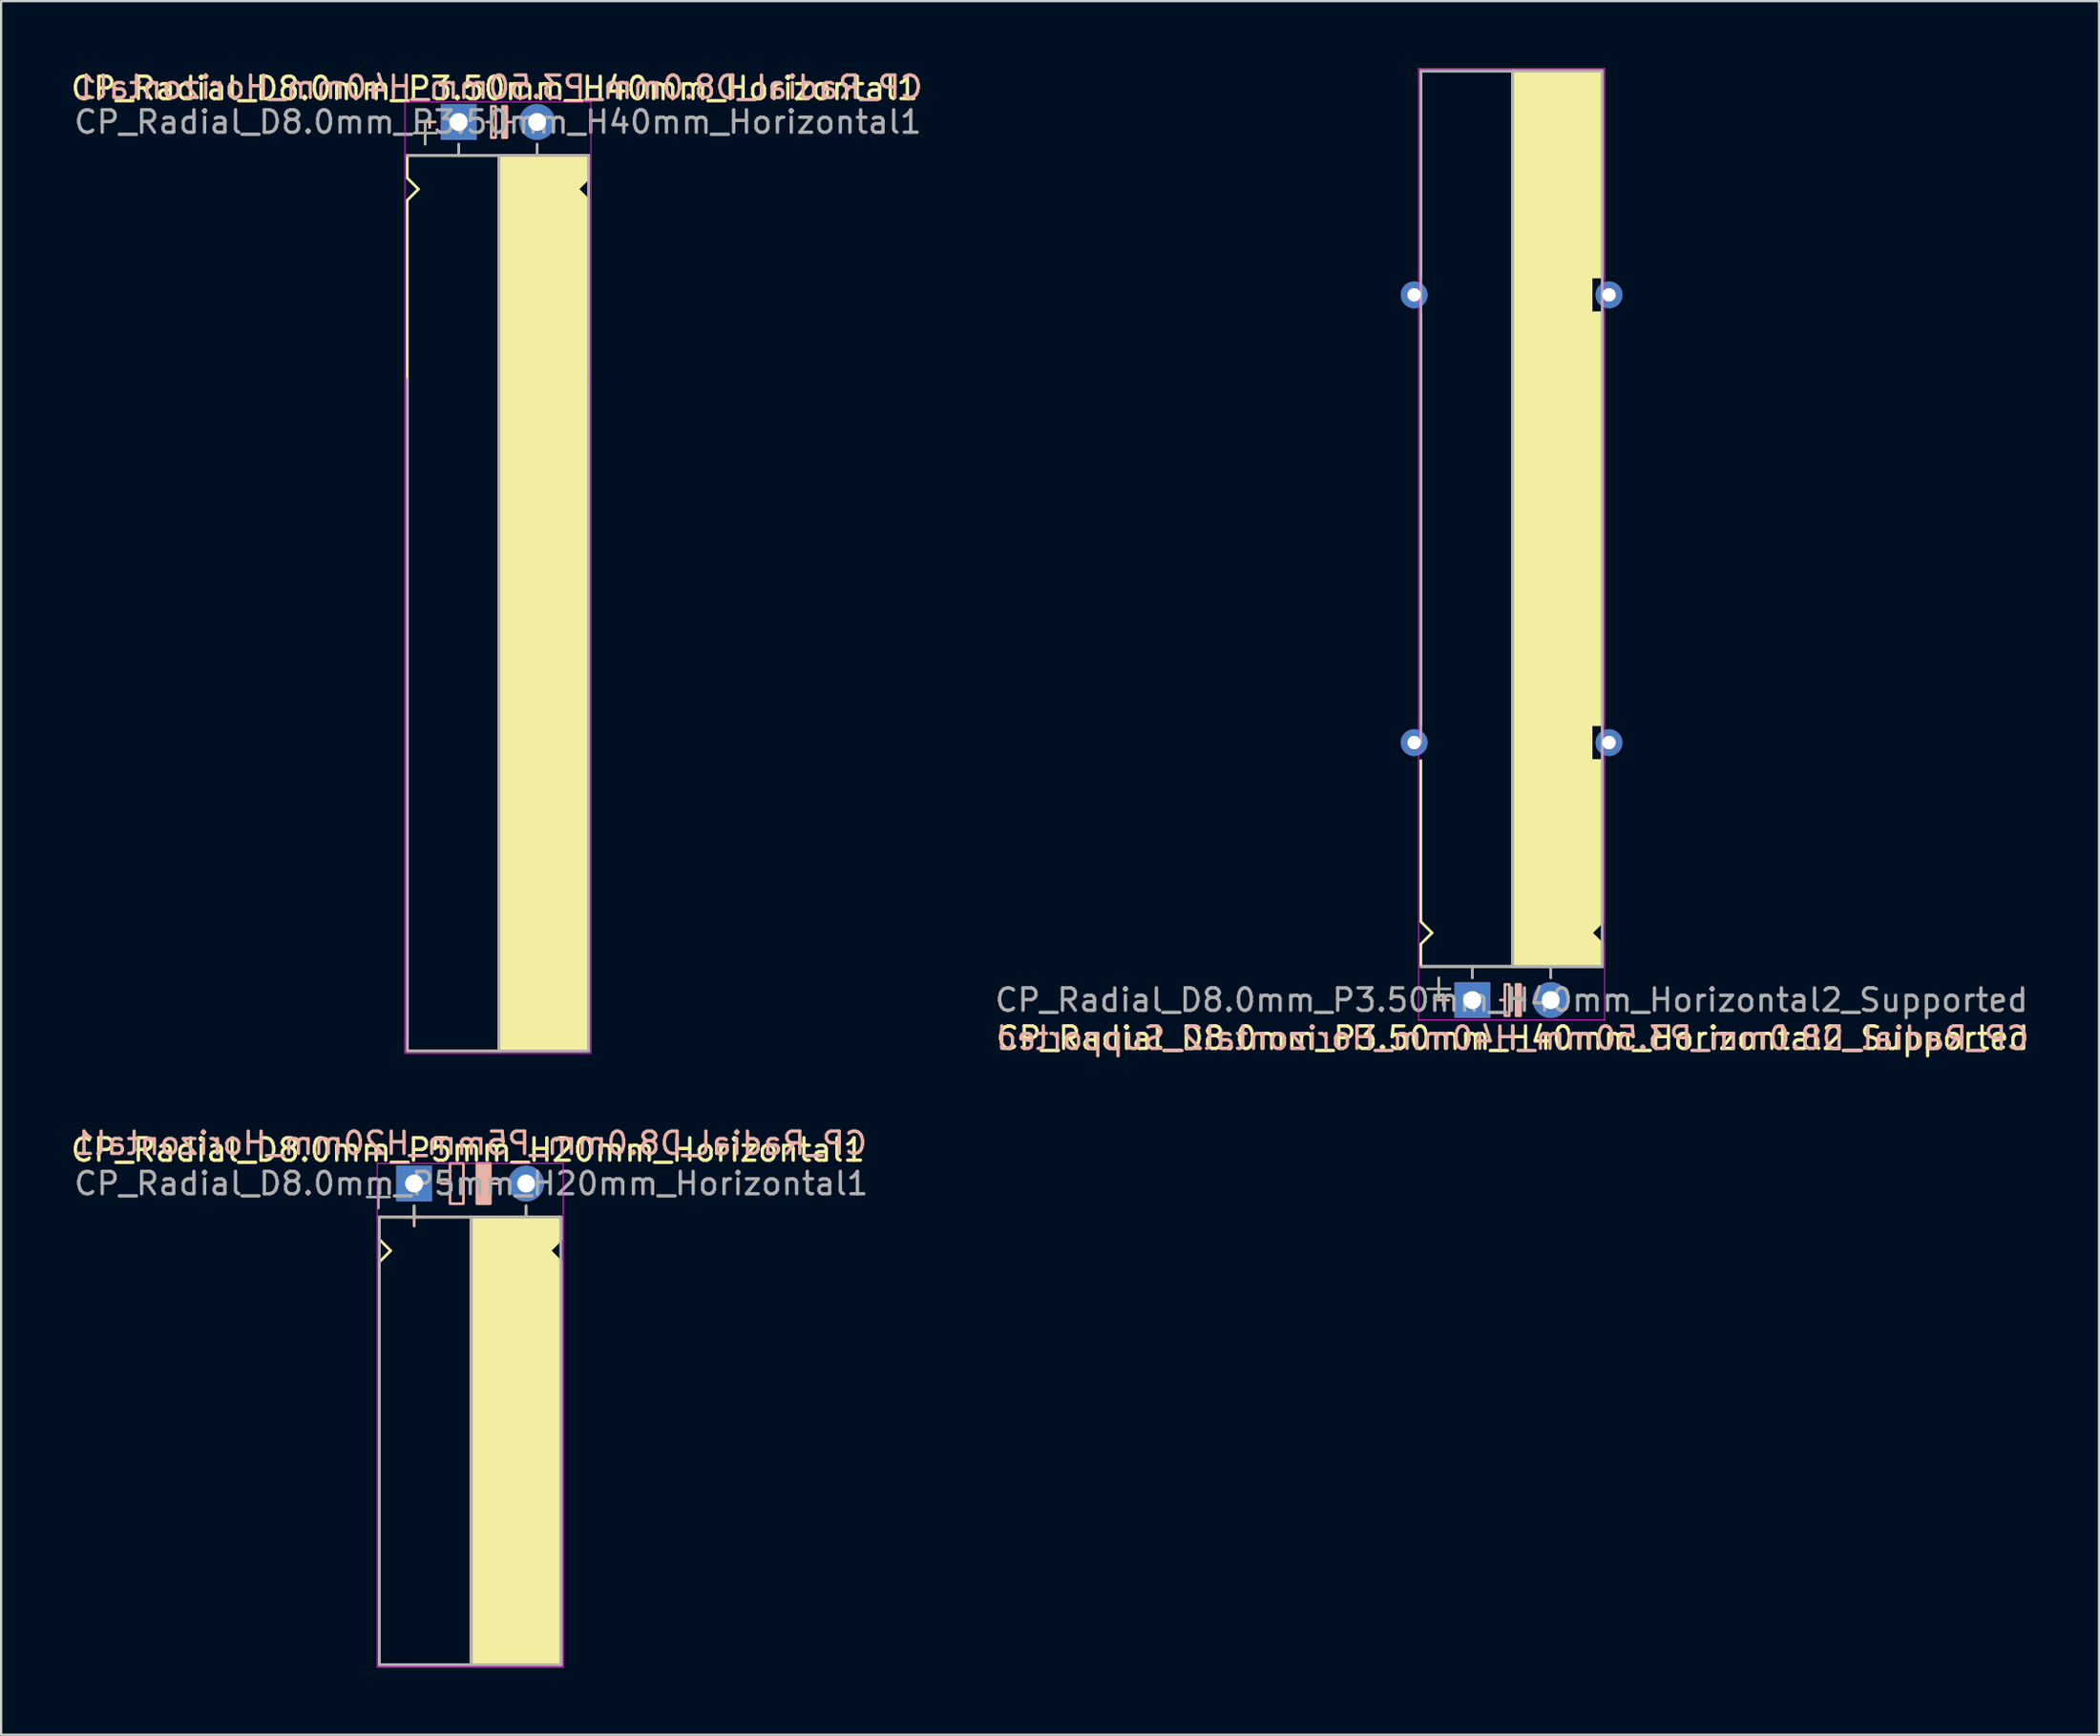
<source format=kicad_pcb>
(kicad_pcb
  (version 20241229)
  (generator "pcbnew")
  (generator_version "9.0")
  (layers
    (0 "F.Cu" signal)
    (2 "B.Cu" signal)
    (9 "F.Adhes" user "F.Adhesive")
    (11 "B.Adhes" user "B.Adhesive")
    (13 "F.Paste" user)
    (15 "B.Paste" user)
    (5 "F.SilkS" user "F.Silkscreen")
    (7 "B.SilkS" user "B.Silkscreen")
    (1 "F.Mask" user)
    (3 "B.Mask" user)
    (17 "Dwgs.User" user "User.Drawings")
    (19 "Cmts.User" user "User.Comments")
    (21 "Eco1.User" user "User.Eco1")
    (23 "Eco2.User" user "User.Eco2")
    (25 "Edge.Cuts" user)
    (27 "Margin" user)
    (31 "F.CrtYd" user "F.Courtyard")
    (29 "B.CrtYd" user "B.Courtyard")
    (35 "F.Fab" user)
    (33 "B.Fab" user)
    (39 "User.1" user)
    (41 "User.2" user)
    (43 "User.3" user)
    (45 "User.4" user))
  (footprint "CP_Radial_D8.0mm_P5mm_H20mm_Horizontal1"
    (layer "F.Cu")
    (at 16.239 49.816)
    (property "Reference" "CP_Radial_D8.0mm_P5mm_H20mm_Horizontal1" (at 1.6 -1.5 0) (layer "F.SilkS") (effects (font (size 1 1) (thickness 0.15))))
    (fp_line (start -2.9 0.6) (end -1.9 0.6) (stroke (width 0.1) (type solid)) (layer "F.SilkS"))
    (fp_line (start -2.4 1.1) (end -2.4 0.1) (stroke (width 0.1) (type solid)) (layer "F.SilkS"))
    (fp_line (start -2.35 1.5) (end 5.75 1.5) (stroke (width 0.12) (type solid)) (layer "F.SilkS"))
    (fp_line (start -2.35 2.5) (end -2.35 1.5) (stroke (width 0.12) (type solid)) (layer "F.SilkS"))
    (fp_line (start -2.35 3.5) (end -2.35 21.5) (stroke (width 0.12) (type solid)) (layer "F.SilkS"))
    (fp_line (start -2.35 3.5) (end -1.85 3) (stroke (width 0.12) (type solid)) (layer "F.SilkS"))
    (fp_line (start -2.35 21.5) (end 5.65 21.5) (stroke (width 0.12) (type solid)) (layer "F.SilkS"))
    (fp_line (start -1.85 3) (end -2.35 2.5) (stroke (width 0.12) (type solid)) (layer "F.SilkS"))
    (fp_line (start -0.8 1) (end -0.8 1.5) (stroke (width 0.12) (type solid)) (layer "F.SilkS"))
    (fp_line (start 1.75 21.5) (end 1.75 1.5) (stroke (width 0.12) (type solid)) (layer "F.SilkS"))
    (fp_line (start 4.2 1) (end 4.2 1.5) (stroke (width 0.12) (type solid)) (layer "F.SilkS"))
    (fp_line (start 5.25 3) (end 5.75 2.5) (stroke (width 0.12) (type solid)) (layer "F.SilkS"))
    (fp_line (start 5.75 2.5) (end 5.75 1.5) (stroke (width 0.12) (type solid)) (layer "F.SilkS"))
    (fp_line (start 5.75 3.5) (end 5.25 3) (stroke (width 0.12) (type solid)) (layer "F.SilkS"))
    (fp_line (start 5.75 3.5) (end 5.75 21.5) (stroke (width 0.12) (type solid)) (layer "F.SilkS"))
    (fp_line (start 5.75 21.5) (end 5.65 21.5) (stroke (width 0.12) (type solid)) (layer "F.SilkS"))
    (fp_poly (pts (xy 5.75 2.5) (xy 5.25 3) (xy 5.75 3.5) (xy 5.75 21.5) (xy 1.75 21.5) (xy 1.75 1.5) (xy 5.75 1.5)) (stroke (width 0.1) (type solid)) (fill yes) (layer "F.SilkS"))
    (fp_line (start -0.8 1.1) (end -0.8 1.9) (stroke (width 0.12) (type solid)) (layer "B.SilkS"))
    (fp_line (start -0.4 1.5) (end -1.2 1.5) (stroke (width 0.12) (type solid)) (layer "B.SilkS"))
    (fp_line (start 0.8 0) (end 0.4 0) (stroke (width 0.12) (type solid)) (layer "B.SilkS"))
    (fp_line (start 3 0) (end 2.6 0) (stroke (width 0.12) (type solid)) (layer "B.SilkS"))
    (fp_rect (start 1.4 -0.9) (end 0.8 0.9) (stroke (width 0.12) (type solid)) (fill no) (layer "B.SilkS"))
    (fp_rect (start 2.6 -0.9) (end 2 0.9) (stroke (width 0.12) (type solid)) (fill yes) (layer "B.SilkS"))
    (fp_line (start -2.45 -0.9) (end 5.85 -0.9) (stroke (width 0.04) (type solid)) (layer "F.CrtYd"))
    (fp_line (start -2.45 1.5) (end -2.45 -0.9) (stroke (width 0.04) (type solid)) (layer "F.CrtYd"))
    (fp_line (start -2.45 21.6) (end -2.45 1.5) (stroke (width 0.04) (type solid)) (layer "F.CrtYd"))
    (fp_line (start 5.85 -0.9) (end 5.85 21.6) (stroke (width 0.04) (type solid)) (layer "F.CrtYd"))
    (fp_line (start 5.85 21.6) (end -2.45 21.6) (stroke (width 0.04) (type solid)) (layer "F.CrtYd"))
    (fp_line (start -2.9 0.6) (end -1.9 0.6) (stroke (width 0.1) (type solid)) (layer "F.Fab"))
    (fp_line (start -2.4 1.1) (end -2.4 0.1) (stroke (width 0.1) (type solid)) (layer "F.Fab"))
    (fp_line (start -2.35 1.5) (end 5.75 1.5) (stroke (width 0.12) (type solid)) (layer "F.Fab"))
    (fp_line (start -2.35 21.5) (end -2.35 1.5) (stroke (width 0.12) (type solid)) (layer "F.Fab"))
    (fp_line (start -0.8 1.5) (end -0.8 1) (stroke (width 0.12) (type solid)) (layer "F.Fab"))
    (fp_line (start 1.75 1.5) (end 1.75 21.5) (stroke (width 0.12) (type solid)) (layer "F.Fab"))
    (fp_line (start 4.2 1.5) (end 4.2 1) (stroke (width 0.12) (type solid)) (layer "F.Fab"))
    (fp_line (start 5.75 1.5) (end 5.75 21.5) (stroke (width 0.12) (type solid)) (layer "F.Fab"))
    (fp_line (start 5.75 21.5) (end -2.35 21.5) (stroke (width 0.12) (type solid)) (layer "F.Fab"))
    (fp_poly (pts (xy 5.75 21.5) (xy 1.75 21.5) (xy 1.75 1.5) (xy 5.75 1.5)) (stroke (width 0.1) (type solid)) (fill no) (layer "F.Fab"))
    (fp_text user "${REFERENCE}" (at 1.7 -1.8 0) (layer "B.SilkS") (effects (font (size 1 1) (thickness 0.15)) (justify mirror)))
    (fp_text user "${REFERENCE}" (at 1.75 0 0) (layer "F.Fab") (effects (font (size 1 1) (thickness 0.15))))
    (pad "1" thru_hole rect (at -0.8 0) (size 1.6 1.6) (drill 0.8) (layers "*.Cu" "*.Mask"))
    (pad "2" thru_hole circle (at 4.2 0) (size 1.6 1.6) (drill 0.8) (layers "*.Cu" "*.Mask")))
  (footprint "CP_Radial_D8.0mm_P3.50mm_H40mm_Horizontal2_Supported"
    (layer "F.Cu")
    (at 62.682 41.62)
    (property "Reference" "CP_Radial_D8.0mm_P3.50mm_H40mm_Horizontal2_Supported" (at 1.8 1.7 0) (layer "F.SilkS") (effects (font (size 1 1) (thickness 0.15))))
    (fp_line (start -2.3 -41.5) (end 5.8 -41.5) (stroke (width 0.12) (type solid)) (layer "F.SilkS"))
    (fp_line (start -2.3 -32.3) (end -2.3 -41.5) (stroke (width 0.12) (type solid)) (layer "F.SilkS"))
    (fp_line (start -2.3 -12.3) (end -2.3 -30.7) (stroke (width 0.12) (type solid)) (layer "F.SilkS"))
    (fp_line (start -2.3 -3.5) (end -2.3 -10.7) (stroke (width 0.12) (type solid)) (layer "F.SilkS"))
    (fp_line (start -2.3 -3.5) (end -1.8 -3) (stroke (width 0.12) (type solid)) (layer "F.SilkS"))
    (fp_line (start -2.3 -2.5) (end -2.3 -1.5) (stroke (width 0.12) (type solid)) (layer "F.SilkS"))
    (fp_line (start -2.3 -1.5) (end 5.8 -1.5) (stroke (width 0.12) (type solid)) (layer "F.SilkS"))
    (fp_line (start -2 -0.5) (end -1 -0.5) (stroke (width 0.1) (type solid)) (layer "F.SilkS"))
    (fp_line (start -1.8 -3) (end -2.3 -2.5) (stroke (width 0.12) (type solid)) (layer "F.SilkS"))
    (fp_line (start -1.5 0) (end -1.5 -1) (stroke (width 0.1) (type solid)) (layer "F.SilkS"))
    (fp_line (start 0 -1) (end 0 -1.5) (stroke (width 0.12) (type solid)) (layer "F.SilkS"))
    (fp_line (start 1.8 -41.5) (end 1.8 -1.5) (stroke (width 0.12) (type solid)) (layer "F.SilkS"))
    (fp_line (start 3.5 -1) (end 3.5 -1.5) (stroke (width 0.12) (type solid)) (layer "F.SilkS"))
    (fp_line (start 5.3 -32.3) (end 5.8 -32.3) (stroke (width 0.12) (type solid)) (layer "F.SilkS"))
    (fp_line (start 5.3 -30.7) (end 5.3 -32.3) (stroke (width 0.12) (type solid)) (layer "F.SilkS"))
    (fp_line (start 5.3 -30.7) (end 5.8 -30.7) (stroke (width 0.12) (type solid)) (layer "F.SilkS"))
    (fp_line (start 5.3 -11.5) (end 5.3 -12.3) (stroke (width 0.12) (type solid)) (layer "F.SilkS"))
    (fp_line (start 5.3 -11.5) (end 5.3 -10.7) (stroke (width 0.12) (type solid)) (layer "F.SilkS"))
    (fp_line (start 5.3 -10.7) (end 5.8 -10.7) (stroke (width 0.12) (type solid)) (layer "F.SilkS"))
    (fp_line (start 5.3 -3) (end 5.8 -2.5) (stroke (width 0.12) (type solid)) (layer "F.SilkS"))
    (fp_line (start 5.8 -32.3) (end 5.8 -41.5) (stroke (width 0.12) (type solid)) (layer "F.SilkS"))
    (fp_line (start 5.8 -12.4) (end 5.8 -30.7) (stroke (width 0.12) (type solid)) (layer "F.SilkS"))
    (fp_line (start 5.8 -12.4) (end 5.8 -12.3) (stroke (width 0.12) (type solid)) (layer "F.SilkS"))
    (fp_line (start 5.8 -12.3) (end 5.3 -12.3) (stroke (width 0.12) (type solid)) (layer "F.SilkS"))
    (fp_line (start 5.8 -10.7) (end 5.8 -3.5) (stroke (width 0.12) (type solid)) (layer "F.SilkS"))
    (fp_line (start 5.8 -3.5) (end 5.3 -3) (stroke (width 0.12) (type solid)) (layer "F.SilkS"))
    (fp_line (start 5.8 -2.5) (end 5.8 -1.5) (stroke (width 0.12) (type solid)) (layer "F.SilkS"))
    (fp_poly (pts (xy 5.8 -2.5) (xy 5.3 -3) (xy 5.8 -3.5) (xy 5.8 -10.7) (xy 5.3 -10.7) (xy 5.3 -12.3) (xy 5.8 -12.3) (xy 5.8 -30.7) (xy 5.3 -30.7) (xy 5.3 -32.3) (xy 5.8 -32.3) (xy 5.8 -41.5) (xy 1.8 -41.5) (xy 1.8 -1.5) (xy 5.8 -1.5)) (stroke (width 0.1) (type solid)) (fill yes) (layer "F.SilkS"))
    (fp_line (start -1.3 -0.25) (end -1.3 0.25) (stroke (width 0.12) (type solid)) (layer "B.SilkS"))
    (fp_line (start -1.05 0) (end -1.55 0) (stroke (width 0.12) (type solid)) (layer "B.SilkS"))
    (fp_line (start 1.45 0) (end 1.25 0) (stroke (width 0.12) (type solid)) (layer "B.SilkS"))
    (fp_line (start 2.15 0) (end 2.35 0) (stroke (width 0.12) (type solid)) (layer "B.SilkS"))
    (fp_rect (start 1.65 -0.7) (end 1.45 0.7) (stroke (width 0.12) (type solid)) (fill no) (layer "B.SilkS"))
    (fp_rect (start 2.15 -0.7) (end 1.95 0.7) (stroke (width 0.12) (type solid)) (fill yes) (layer "B.SilkS"))
    (fp_line (start -2.4 -41.6) (end -2.4 -1.5) (stroke (width 0.04) (type solid)) (layer "F.CrtYd"))
    (fp_line (start -2.4 -1.5) (end -2.4 0.9) (stroke (width 0.04) (type solid)) (layer "F.CrtYd"))
    (fp_line (start -2.4 0.9) (end 5.9 0.9) (stroke (width 0.04) (type solid)) (layer "F.CrtYd"))
    (fp_line (start 5.9 -41.6) (end -2.4 -41.6) (stroke (width 0.04) (type solid)) (layer "F.CrtYd"))
    (fp_line (start 5.9 0.9) (end 5.9 -41.6) (stroke (width 0.04) (type solid)) (layer "F.CrtYd"))
    (fp_line (start -2.3 -41.5) (end -2.3 -11.5) (stroke (width 0.12) (type solid)) (layer "F.Fab"))
    (fp_line (start -2.3 -1.5) (end 5.8 -1.5) (stroke (width 0.12) (type solid)) (layer "F.Fab"))
    (fp_line (start -2 -0.5) (end -1 -0.5) (stroke (width 0.1) (type solid)) (layer "F.Fab"))
    (fp_line (start -1.5 0) (end -1.5 -1) (stroke (width 0.1) (type solid)) (layer "F.Fab"))
    (fp_line (start 0 -1.5) (end 0 -1) (stroke (width 0.12) (type solid)) (layer "F.Fab"))
    (fp_line (start 1.8 -1.5) (end 1.8 -41.5) (stroke (width 0.12) (type solid)) (layer "F.Fab"))
    (fp_line (start 3.5 -1.5) (end 3.5 -1) (stroke (width 0.12) (type solid)) (layer "F.Fab"))
    (fp_line (start 5.8 -41.5) (end -2.3 -41.5) (stroke (width 0.12) (type solid)) (layer "F.Fab"))
    (fp_line (start 5.8 -1.5) (end 5.8 -41.5) (stroke (width 0.12) (type solid)) (layer "F.Fab"))
    (fp_poly (pts (xy 5.8 -41.5) (xy 1.8 -41.5) (xy 1.8 -1.5) (xy 5.8 -1.5)) (stroke (width 0.1) (type solid)) (fill no) (layer "F.Fab"))
    (fp_text user "${REFERENCE}" (at 1.8 1.7 0) (layer "B.SilkS") (effects (font (size 1 1) (thickness 0.15)) (justify mirror)))
    (fp_text user "${REFERENCE}" (at 1.75 0 0) (layer "F.Fab") (effects (font (size 1 1) (thickness 0.15))))
    (pad "1" thru_hole rect (at 0 0) (size 1.6 1.6) (drill 0.8) (layers "*.Cu" "*.Mask"))
    (pad "2" thru_hole circle (at 3.5 0) (size 1.6 1.6) (drill 0.8) (layers "*.Cu" "*.Mask"))
    (pad "~" thru_hole circle (at -2.6 -31.5 180) (size 1.2 1.2) (drill 0.6) (layers "*.Cu" "*.Mask"))
    (pad "~" thru_hole circle (at -2.6 -11.5 180) (size 1.2 1.2) (drill 0.6) (layers "*.Cu" "*.Mask"))
    (pad "~" thru_hole circle (at 6.1 -31.5 180) (size 1.2 1.2) (drill 0.6) (layers "*.Cu" "*.Mask"))
    (pad "~" thru_hole circle (at 6.1 -11.5 180) (size 1.2 1.2) (drill 0.6) (layers "*.Cu" "*.Mask")))
  (footprint "CP_Radial_D8.0mm_P3.50mm_H40mm_Horizontal1"
    (layer "F.Cu")
    (at 17.43 2.398)
    (property "Reference" "CP_Radial_D8.0mm_P3.50mm_H40mm_Horizontal1" (at 1.6 -1.5 0) (layer "F.SilkS") (effects (font (size 1 1) (thickness 0.15))))
    (fp_line (start -2.3 1.5) (end 5.8 1.5) (stroke (width 0.12) (type solid)) (layer "F.SilkS"))
    (fp_line (start -2.3 2.5) (end -2.3 1.5) (stroke (width 0.12) (type solid)) (layer "F.SilkS"))
    (fp_line (start -2.3 3.5) (end -2.3 41.5) (stroke (width 0.12) (type solid)) (layer "F.SilkS"))
    (fp_line (start -2.3 3.5) (end -1.8 3) (stroke (width 0.12) (type solid)) (layer "F.SilkS"))
    (fp_line (start -2.3 41.5) (end 5.8 41.5) (stroke (width 0.12) (type solid)) (layer "F.SilkS"))
    (fp_line (start -2 0.5) (end -1 0.5) (stroke (width 0.1) (type solid)) (layer "F.SilkS"))
    (fp_line (start -1.8 3) (end -2.3 2.5) (stroke (width 0.12) (type solid)) (layer "F.SilkS"))
    (fp_line (start -1.5 1) (end -1.5 0) (stroke (width 0.1) (type solid)) (layer "F.SilkS"))
    (fp_line (start 0 1) (end 0 1.5) (stroke (width 0.12) (type solid)) (layer "F.SilkS"))
    (fp_line (start 1.8 41.5) (end 1.8 1.5) (stroke (width 0.12) (type solid)) (layer "F.SilkS"))
    (fp_line (start 3.5 1) (end 3.5 1.5) (stroke (width 0.12) (type solid)) (layer "F.SilkS"))
    (fp_line (start 5.3 3) (end 5.8 2.5) (stroke (width 0.12) (type solid)) (layer "F.SilkS"))
    (fp_line (start 5.8 2.5) (end 5.8 1.5) (stroke (width 0.12) (type solid)) (layer "F.SilkS"))
    (fp_line (start 5.8 3.5) (end 5.3 3) (stroke (width 0.12) (type solid)) (layer "F.SilkS"))
    (fp_line (start 5.8 11.5) (end 5.8 3.5) (stroke (width 0.12) (type solid)) (layer "F.SilkS"))
    (fp_line (start 5.8 11.5) (end 5.8 41.5) (stroke (width 0.12) (type solid)) (layer "F.SilkS"))
    (fp_line (start 5.8 21.5) (end 5.7 21.5) (stroke (width 0.12) (type solid)) (layer "F.SilkS"))
    (fp_poly (pts (xy 5.8 2.5) (xy 5.3 3) (xy 5.8 3.5) (xy 5.8 41.5) (xy 1.8 41.5) (xy 1.8 1.5) (xy 5.8 1.5)) (stroke (width 0.1) (type solid)) (fill yes) (layer "F.SilkS"))
    (fp_line (start -1.3 -0.25) (end -1.3 0.25) (stroke (width 0.12) (type solid)) (layer "B.SilkS"))
    (fp_line (start -1.05 0) (end -1.55 0) (stroke (width 0.12) (type solid)) (layer "B.SilkS"))
    (fp_line (start 1.45 0) (end 1.25 0) (stroke (width 0.12) (type solid)) (layer "B.SilkS"))
    (fp_line (start 2.15 0) (end 2.35 0) (stroke (width 0.12) (type solid)) (layer "B.SilkS"))
    (fp_rect (start 1.65 -0.7) (end 1.45 0.7) (stroke (width 0.12) (type solid)) (fill no) (layer "B.SilkS"))
    (fp_rect (start 2.15 -0.7) (end 1.95 0.7) (stroke (width 0.12) (type solid)) (fill yes) (layer "B.SilkS"))
    (fp_line (start -2.4 -0.9) (end 5.9 -0.9) (stroke (width 0.04) (type solid)) (layer "F.CrtYd"))
    (fp_line (start -2.4 1.5) (end -2.4 -0.9) (stroke (width 0.04) (type solid)) (layer "F.CrtYd"))
    (fp_line (start -2.4 41.6) (end -2.4 1.5) (stroke (width 0.04) (type solid)) (layer "F.CrtYd"))
    (fp_line (start 5.9 -0.9) (end 5.9 41.6) (stroke (width 0.04) (type solid)) (layer "F.CrtYd"))
    (fp_line (start 5.9 41.6) (end -2.4 41.6) (stroke (width 0.04) (type solid)) (layer "F.CrtYd"))
    (fp_line (start -2.3 1.5) (end 5.8 1.5) (stroke (width 0.12) (type solid)) (layer "F.Fab"))
    (fp_line (start -2.3 41.5) (end -2.3 11.5) (stroke (width 0.12) (type solid)) (layer "F.Fab"))
    (fp_line (start -2 0.5) (end -1 0.5) (stroke (width 0.1) (type solid)) (layer "F.Fab"))
    (fp_line (start -1.5 1) (end -1.5 0) (stroke (width 0.1) (type solid)) (layer "F.Fab"))
    (fp_line (start 0 1.5) (end 0 1) (stroke (width 0.12) (type solid)) (layer "F.Fab"))
    (fp_line (start 1.8 1.5) (end 1.8 41.5) (stroke (width 0.12) (type solid)) (layer "F.Fab"))
    (fp_line (start 3.5 1.5) (end 3.5 1) (stroke (width 0.12) (type solid)) (layer "F.Fab"))
    (fp_line (start 5.8 1.5) (end 5.8 41.5) (stroke (width 0.12) (type solid)) (layer "F.Fab"))
    (fp_line (start 5.8 41.5) (end -2.3 41.5) (stroke (width 0.12) (type solid)) (layer "F.Fab"))
    (fp_poly (pts (xy 5.8 41.5) (xy 1.8 41.5) (xy 1.8 1.5) (xy 5.8 1.5)) (stroke (width 0.1) (type solid)) (fill no) (layer "F.Fab"))
    (fp_text user "${REFERENCE}" (at 1.8 -1.55 0) (layer "B.SilkS") (effects (font (size 1 1) (thickness 0.15)) (justify mirror)))
    (fp_text user "${REFERENCE}" (at 1.75 0 0) (layer "F.Fab") (effects (font (size 1 1) (thickness 0.15))))
    (pad "1" thru_hole rect (at 0 0) (size 1.6 1.6) (drill 0.8) (layers "*.Cu" "*.Mask"))
    (pad "2" thru_hole circle (at 3.5 0) (size 1.6 1.6) (drill 0.8) (layers "*.Cu" "*.Mask")))
  (gr_rect
    (start -3 -3)
    (end 90.655 74.436)
    (stroke (width 0.1) (type default))
    (fill no)
    (layer "Edge.Cuts")))
</source>
